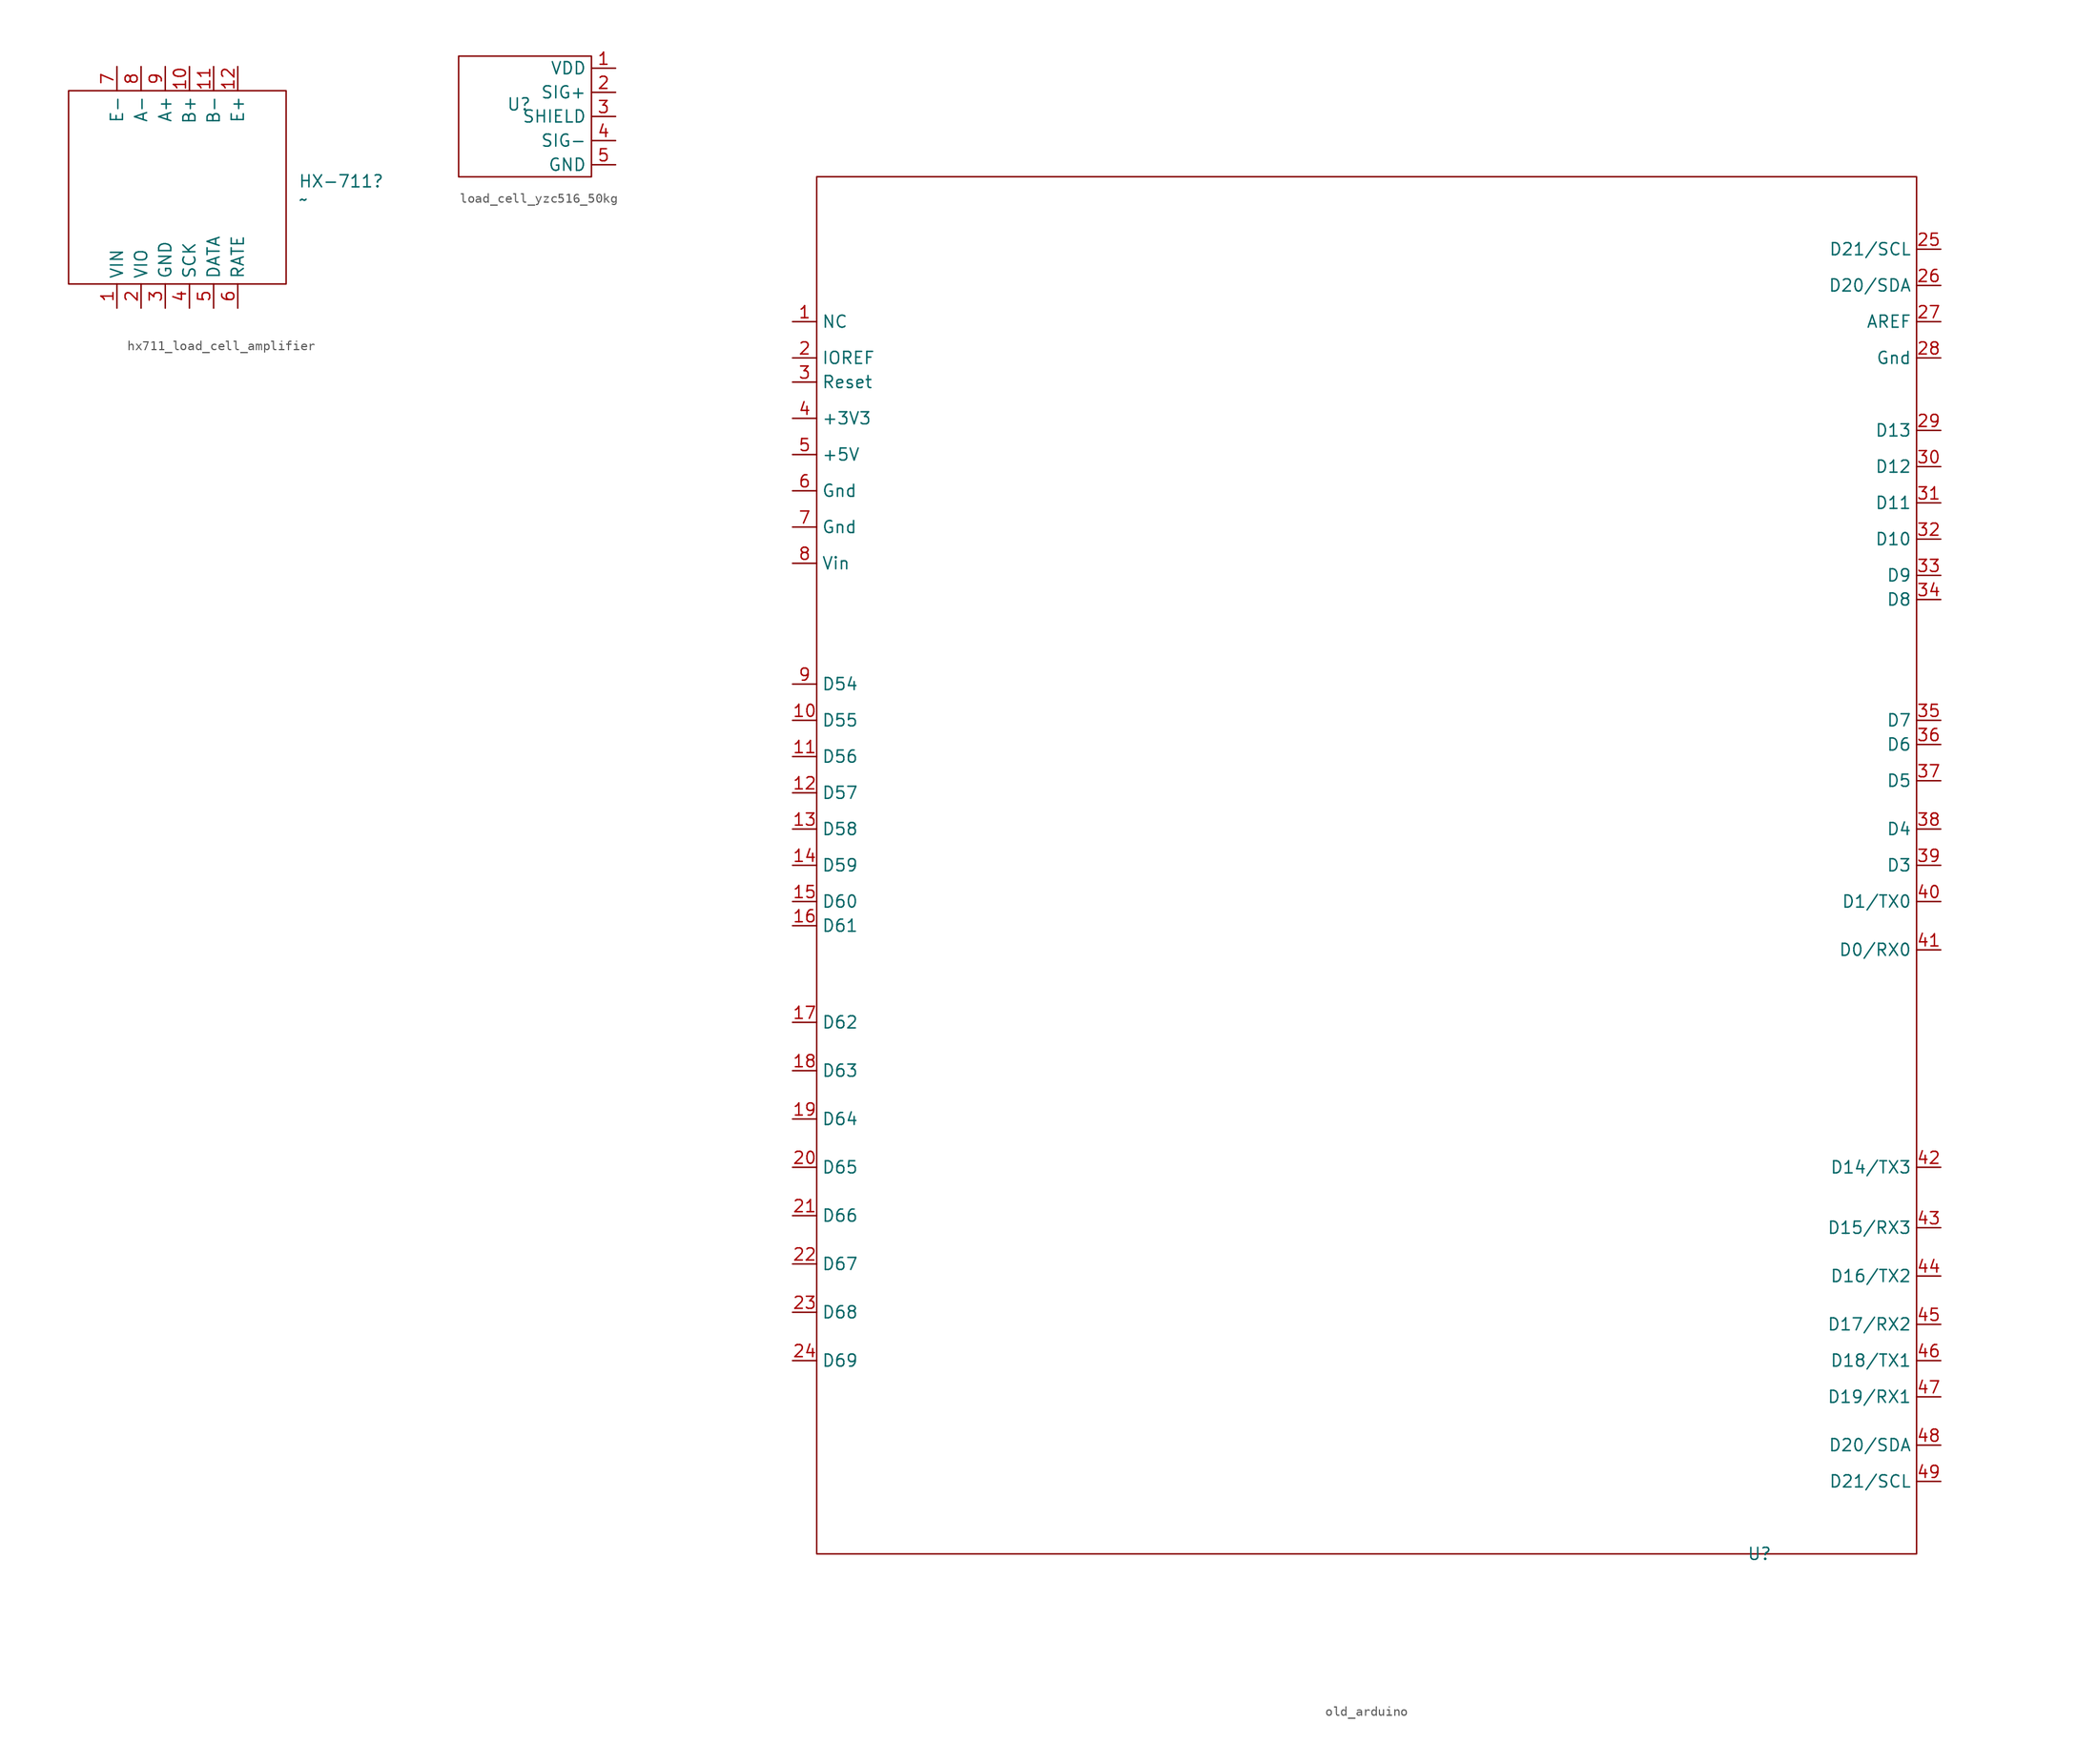
<source format=kicad_sym>
(kicad_symbol_lib
  (version 20231120)
  (generator "kicad_symbol_editor")
  (generator_version "8.0")
  (symbol "hx711_load_cell_amplifier"
    (property "Reference" "HX-711"
      (at 12.7 0.635 0)
      (effects (font (size 1.27 1.27)) (justify left)))
    (property "Value" "~"
      (at 12.7 -1.27 0)
      (effects (font (size 1.27 1.27)) (justify left)))
    (symbol "hx711_load_cell_amplifier_0_1"
      (rectangle (start -11.43 10.16) (end 11.43 -10.16) (stroke (width 0) (type default)) (fill (type none))))
    (symbol "hx711_load_cell_amplifier_1_1"
      (pin input line (at -6.35 -12.7 90) (length 2.54) (name "VIN" (effects (font (size 1.27 1.27)))) (number "1" (effects (font (size 1.27 1.27)))))
      (pin input line (at 1.27 12.7 270) (length 2.54) (name "B+" (effects (font (size 1.27 1.27)))) (number "10" (effects (font (size 1.27 1.27)))))
      (pin input line (at 3.81 12.7 270) (length 2.54) (name "B-" (effects (font (size 1.27 1.27)))) (number "11" (effects (font (size 1.27 1.27)))))
      (pin power_in line (at 6.35 12.7 270) (length 2.54) (name "E+" (effects (font (size 1.27 1.27)))) (number "12" (effects (font (size 1.27 1.27)))))
      (pin output line (at -3.81 -12.7 90) (length 2.54) (name "VIO" (effects (font (size 1.27 1.27)))) (number "2" (effects (font (size 1.27 1.27)))))
      (pin power_in line (at -1.27 -12.7 90) (length 2.54) (name "GND" (effects (font (size 1.27 1.27)))) (number "3" (effects (font (size 1.27 1.27)))))
      (pin input line (at 1.27 -12.7 90) (length 2.54) (name "SCK" (effects (font (size 1.27 1.27)))) (number "4" (effects (font (size 1.27 1.27)))))
      (pin output line (at 3.81 -12.7 90) (length 2.54) (name "DATA" (effects (font (size 1.27 1.27)))) (number "5" (effects (font (size 1.27 1.27)))))
      (pin output line (at 6.35 -12.7 90) (length 2.54) (name "RATE" (effects (font (size 1.27 1.27)))) (number "6" (effects (font (size 1.27 1.27)))))
      (pin power_in line (at -6.35 12.7 270) (length 2.54) (name "E-" (effects (font (size 1.27 1.27)))) (number "7" (effects (font (size 1.27 1.27)))))
      (pin input line (at -3.81 12.7 270) (length 2.54) (name "A-" (effects (font (size 1.27 1.27)))) (number "8" (effects (font (size 1.27 1.27)))))
      (pin input line (at -1.27 12.7 270) (length 2.54) (name "A+" (effects (font (size 1.27 1.27)))) (number "9" (effects (font (size 1.27 1.27)))))))
  (symbol "load_cell_yzc516_50kg"
    (property "Reference" "U"
      (at 0 0 0)
      (effects (font (size 1.27 1.27))))
    (property "Value" ""
      (at 0 0 0)
      (effects (font (size 1.27 1.27))))
    (symbol "load_cell_yzc516_50kg_0_1"
      (rectangle (start -6.35 5.08) (end 7.62 -7.62) (stroke (width 0) (type default)) (fill (type none))))
    (symbol "load_cell_yzc516_50kg_1_1"
      (pin input line (at 10.16 3.81 180) (length 2.54) (name "VDD" (effects (font (size 1.27 1.27)))) (number "1" (effects (font (size 1.27 1.27)))))
      (pin output line (at 10.16 1.27 180) (length 2.54) (name "SIG+" (effects (font (size 1.27 1.27)))) (number "2" (effects (font (size 1.27 1.27)))))
      (pin input line (at 10.16 -1.27 180) (length 2.54) (name "SHIELD" (effects (font (size 1.27 1.27)))) (number "3" (effects (font (size 1.27 1.27)))))
      (pin output line (at 10.16 -3.81 180) (length 2.54) (name "SIG-" (effects (font (size 1.27 1.27)))) (number "4" (effects (font (size 1.27 1.27)))))
      (pin input line (at 10.16 -6.35 180) (length 2.54) (name "GND" (effects (font (size 1.27 1.27)))) (number "5" (effects (font (size 1.27 1.27)))))))
  (symbol "old_arduino"
    (property "Reference" "U"
      (at 0 0 0)
      (effects (font (size 1.27 1.27))))
    (property "Value" ""
      (at 0 0 0)
      (effects (font (size 1.27 1.27))))
    (symbol "old_arduino_0_1"
      (rectangle (start -99.06 144.78) (end 16.51 0) (stroke (width 0) (type default)) (fill (type none))))
    (symbol "old_arduino_1_1"
      (pin passive line (at -101.6 129.54 0) (length 2.54) (name "NC" (effects (font (size 1.27 1.27)))) (number "1" (effects (font (size 1.27 1.27)))))
      (pin bidirectional line (at -101.6 87.63 0) (length 2.54) (name "D55" (effects (font (size 1.27 1.27)))) (number "10" (effects (font (size 1.27 1.27)))))
      (pin bidirectional line (at -101.6 83.82 0) (length 2.54) (name "D56" (effects (font (size 1.27 1.27)))) (number "11" (effects (font (size 1.27 1.27)))))
      (pin bidirectional line (at -101.6 80.01 0) (length 2.54) (name "D57" (effects (font (size 1.27 1.27)))) (number "12" (effects (font (size 1.27 1.27)))))
      (pin bidirectional line (at -101.6 76.2 0) (length 2.54) (name "D58" (effects (font (size 1.27 1.27)))) (number "13" (effects (font (size 1.27 1.27)))))
      (pin bidirectional line (at -101.6 72.39 0) (length 2.54) (name "D59" (effects (font (size 1.27 1.27)))) (number "14" (effects (font (size 1.27 1.27)))))
      (pin bidirectional line (at -101.6 68.58 0) (length 2.54) (name "D60" (effects (font (size 1.27 1.27)))) (number "15" (effects (font (size 1.27 1.27)))))
      (pin bidirectional line (at -101.6 66.04 0) (length 2.54) (name "D61" (effects (font (size 1.27 1.27)))) (number "16" (effects (font (size 1.27 1.27)))))
      (pin bidirectional line (at -101.6 55.88 0) (length 2.54) (name "D62" (effects (font (size 1.27 1.27)))) (number "17" (effects (font (size 1.27 1.27)))))
      (pin bidirectional line (at -101.6 50.8 0) (length 2.54) (name "D63" (effects (font (size 1.27 1.27)))) (number "18" (effects (font (size 1.27 1.27)))))
      (pin bidirectional line (at -101.6 45.72 0) (length 2.54) (name "D64" (effects (font (size 1.27 1.27)))) (number "19" (effects (font (size 1.27 1.27)))))
      (pin input line (at -101.6 125.73 0) (length 2.54) (name "IOREF" (effects (font (size 1.27 1.27)))) (number "2" (effects (font (size 1.27 1.27)))))
      (pin bidirectional line (at -101.6 40.64 0) (length 2.54) (name "D65" (effects (font (size 1.27 1.27)))) (number "20" (effects (font (size 1.27 1.27)))))
      (pin bidirectional line (at -101.6 35.56 0) (length 2.54) (name "D66" (effects (font (size 1.27 1.27)))) (number "21" (effects (font (size 1.27 1.27)))))
      (pin bidirectional line (at -101.6 30.48 0) (length 2.54) (name "D67" (effects (font (size 1.27 1.27)))) (number "22" (effects (font (size 1.27 1.27)))))
      (pin bidirectional line (at -101.6 25.4 0) (length 2.54) (name "D68" (effects (font (size 1.27 1.27)))) (number "23" (effects (font (size 1.27 1.27)))))
      (pin bidirectional line (at -101.6 20.32 0) (length 2.54) (name "D69" (effects (font (size 1.27 1.27)))) (number "24" (effects (font (size 1.27 1.27)))))
      (pin bidirectional line (at 19.05 137.16 180) (length 2.54) (name "D21/SCL" (effects (font (size 1.27 1.27)))) (number "25" (effects (font (size 1.27 1.27)))))
      (pin bidirectional line (at 19.05 133.35 180) (length 2.54) (name "D20/SDA" (effects (font (size 1.27 1.27)))) (number "26" (effects (font (size 1.27 1.27)))))
      (pin input line (at 19.05 129.54 180) (length 2.54) (name "AREF" (effects (font (size 1.27 1.27)))) (number "27" (effects (font (size 1.27 1.27)))))
      (pin input line (at 19.05 125.73 180) (length 2.54) (name "Gnd" (effects (font (size 1.27 1.27)))) (number "28" (effects (font (size 1.27 1.27)))))
      (pin bidirectional line (at 19.05 118.11 180) (length 2.54) (name "D13" (effects (font (size 1.27 1.27)))) (number "29" (effects (font (size 1.27 1.27)))))
      (pin input line (at -101.6 123.19 0) (length 2.54) (name "Reset" (effects (font (size 1.27 1.27)))) (number "3" (effects (font (size 1.27 1.27)))))
      (pin bidirectional line (at 19.05 114.3 180) (length 2.54) (name "D12" (effects (font (size 1.27 1.27)))) (number "30" (effects (font (size 1.27 1.27)))))
      (pin bidirectional line (at 19.05 110.49 180) (length 2.54) (name "D11" (effects (font (size 1.27 1.27)))) (number "31" (effects (font (size 1.27 1.27)))))
      (pin bidirectional line (at 19.05 106.68 180) (length 2.54) (name "D10" (effects (font (size 1.27 1.27)))) (number "32" (effects (font (size 1.27 1.27)))))
      (pin bidirectional line (at 19.05 102.87 180) (length 2.54) (name "D9" (effects (font (size 1.27 1.27)))) (number "33" (effects (font (size 1.27 1.27)))))
      (pin bidirectional line (at 19.05 100.33 180) (length 2.54) (name "D8" (effects (font (size 1.27 1.27)))) (number "34" (effects (font (size 1.27 1.27)))))
      (pin bidirectional line (at 19.05 87.63 180) (length 2.54) (name "D7" (effects (font (size 1.27 1.27)))) (number "35" (effects (font (size 1.27 1.27)))))
      (pin bidirectional line (at 19.05 85.09 180) (length 2.54) (name "D6" (effects (font (size 1.27 1.27)))) (number "36" (effects (font (size 1.27 1.27)))))
      (pin bidirectional line (at 19.05 81.28 180) (length 2.54) (name "D5" (effects (font (size 1.27 1.27)))) (number "37" (effects (font (size 1.27 1.27)))))
      (pin bidirectional line (at 19.05 76.2 180) (length 2.54) (name "D4" (effects (font (size 1.27 1.27)))) (number "38" (effects (font (size 1.27 1.27)))))
      (pin bidirectional line (at 19.05 72.39 180) (length 2.54) (name "D3" (effects (font (size 1.27 1.27)))) (number "39" (effects (font (size 1.27 1.27)))))
      (pin output line (at -101.6 119.38 0) (length 2.54) (name "+3V3" (effects (font (size 1.27 1.27)))) (number "4" (effects (font (size 1.27 1.27)))))
      (pin bidirectional line (at 19.05 68.58 180) (length 2.54) (name "D1/TX0" (effects (font (size 1.27 1.27)))) (number "40" (effects (font (size 1.27 1.27)))))
      (pin bidirectional line (at 19.05 63.5 180) (length 2.54) (name "D0/RX0" (effects (font (size 1.27 1.27)))) (number "41" (effects (font (size 1.27 1.27)))))
      (pin bidirectional line (at 19.05 40.64 180) (length 2.54) (name "D14/TX3" (effects (font (size 1.27 1.27)))) (number "42" (effects (font (size 1.27 1.27)))))
      (pin bidirectional line (at 19.05 34.29 180) (length 2.54) (name "D15/RX3" (effects (font (size 1.27 1.27)))) (number "43" (effects (font (size 1.27 1.27)))))
      (pin bidirectional line (at 19.05 29.21 180) (length 2.54) (name "D16/TX2" (effects (font (size 1.27 1.27)))) (number "44" (effects (font (size 1.27 1.27)))))
      (pin bidirectional line (at 19.05 24.13 180) (length 2.54) (name "D17/RX2" (effects (font (size 1.27 1.27)))) (number "45" (effects (font (size 1.27 1.27)))))
      (pin bidirectional line (at 19.05 20.32 180) (length 2.54) (name "D18/TX1" (effects (font (size 1.27 1.27)))) (number "46" (effects (font (size 1.27 1.27)))))
      (pin bidirectional line (at 19.05 16.51 180) (length 2.54) (name "D19/RX1" (effects (font (size 1.27 1.27)))) (number "47" (effects (font (size 1.27 1.27)))))
      (pin bidirectional line (at 19.05 11.43 180) (length 2.54) (name "D20/SDA" (effects (font (size 1.27 1.27)))) (number "48" (effects (font (size 1.27 1.27)))))
      (pin bidirectional line (at 19.05 7.62 180) (length 2.54) (name "D21/SCL" (effects (font (size 1.27 1.27)))) (number "49" (effects (font (size 1.27 1.27)))))
      (pin output line (at -101.6 115.57 0) (length 2.54) (name "+5V" (effects (font (size 1.27 1.27)))) (number "5" (effects (font (size 1.27 1.27)))))
      (pin input line (at -101.6 111.76 0) (length 2.54) (name "Gnd" (effects (font (size 1.27 1.27)))) (number "6" (effects (font (size 1.27 1.27)))))
      (pin input line (at -101.6 107.95 0) (length 2.54) (name "Gnd" (effects (font (size 1.27 1.27)))) (number "7" (effects (font (size 1.27 1.27)))))
      (pin input line (at -101.6 104.14 0) (length 2.54) (name "Vin" (effects (font (size 1.27 1.27)))) (number "8" (effects (font (size 1.27 1.27)))))
      (pin bidirectional line (at -101.6 91.44 0) (length 2.54) (name "D54" (effects (font (size 1.27 1.27)))) (number "9" (effects (font (size 1.27 1.27))))))))
</source>
